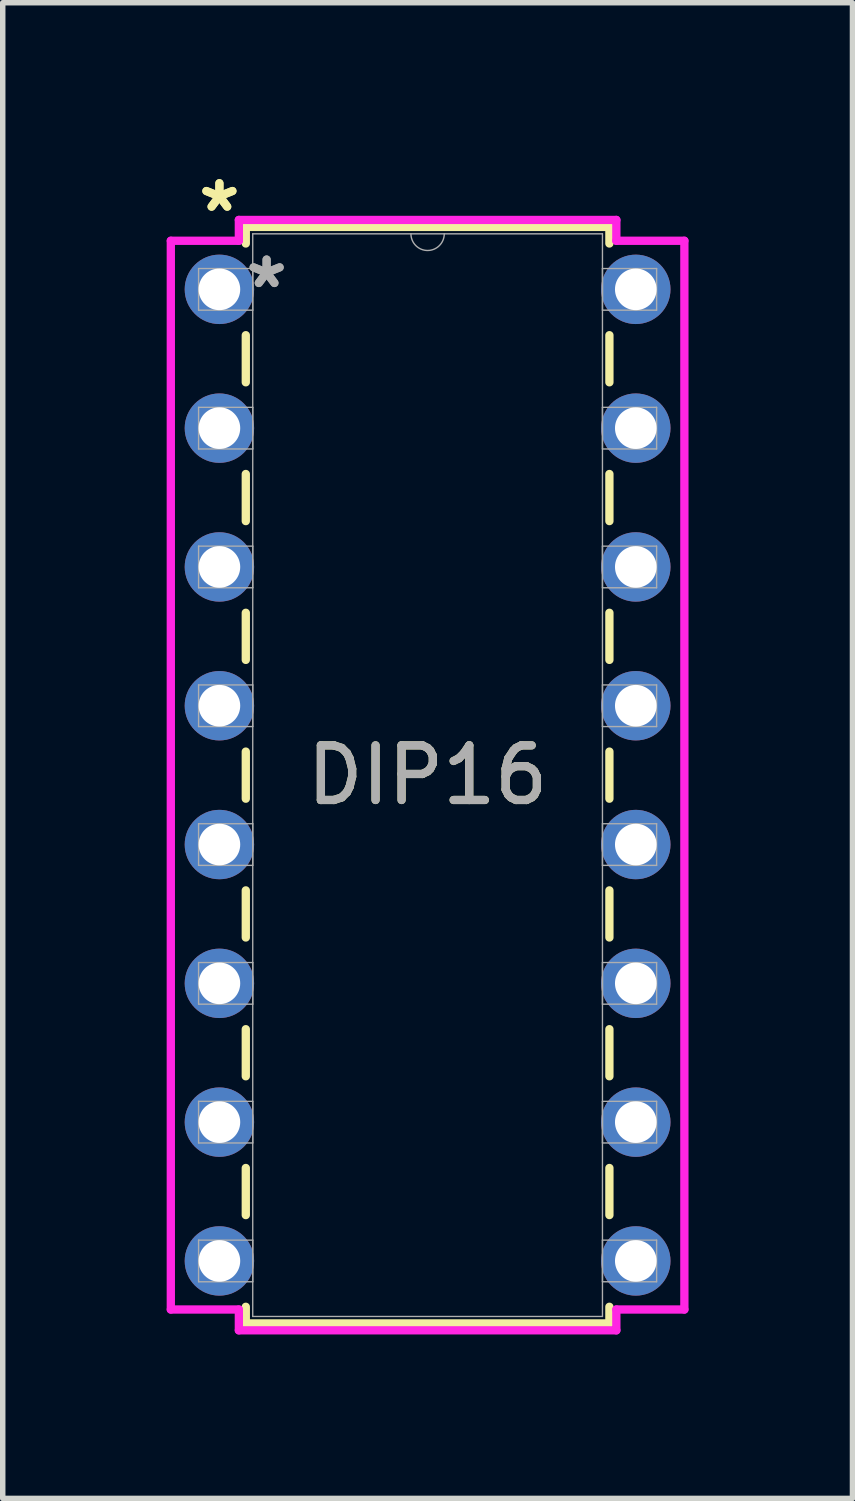
<source format=kicad_pcb>
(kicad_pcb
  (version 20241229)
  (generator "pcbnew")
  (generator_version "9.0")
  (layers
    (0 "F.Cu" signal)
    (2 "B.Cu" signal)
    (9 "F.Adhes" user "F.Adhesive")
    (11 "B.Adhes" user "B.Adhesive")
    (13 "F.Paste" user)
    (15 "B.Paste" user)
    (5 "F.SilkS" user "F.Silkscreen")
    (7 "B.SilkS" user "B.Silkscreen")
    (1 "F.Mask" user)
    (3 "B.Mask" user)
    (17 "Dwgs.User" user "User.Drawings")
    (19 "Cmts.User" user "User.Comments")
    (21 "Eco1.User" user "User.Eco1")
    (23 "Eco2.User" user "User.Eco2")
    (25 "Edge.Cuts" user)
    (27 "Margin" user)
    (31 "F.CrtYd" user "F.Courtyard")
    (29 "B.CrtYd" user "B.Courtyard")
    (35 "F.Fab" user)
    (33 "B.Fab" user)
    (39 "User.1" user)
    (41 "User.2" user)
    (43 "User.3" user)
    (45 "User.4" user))
  (footprint "DIP16"
    (layer "F.Cu")
    (at 0.965 2.245)
    (property "Reference" "DIP16" (at 3.81 8.89 0) (unlocked yes) (layer "F.SilkS") (effects (font (size 1 1) (thickness 0.15))))
    (attr through_hole)
    (fp_line (start 0.483 -1.143) (end 0.483 -0.839) (stroke (width 0.152) (type solid)) (layer "F.SilkS"))
    (fp_line (start 0.483 0.839) (end 0.483 1.701) (stroke (width 0.152) (type solid)) (layer "F.SilkS"))
    (fp_line (start 0.483 3.379) (end 0.483 4.241) (stroke (width 0.152) (type solid)) (layer "F.SilkS"))
    (fp_line (start 0.483 5.919) (end 0.483 6.781) (stroke (width 0.152) (type solid)) (layer "F.SilkS"))
    (fp_line (start 0.483 8.459) (end 0.483 9.321) (stroke (width 0.152) (type solid)) (layer "F.SilkS"))
    (fp_line (start 0.483 10.999) (end 0.483 11.861) (stroke (width 0.152) (type solid)) (layer "F.SilkS"))
    (fp_line (start 0.483 13.539) (end 0.483 14.401) (stroke (width 0.152) (type solid)) (layer "F.SilkS"))
    (fp_line (start 0.483 16.079) (end 0.483 16.941) (stroke (width 0.152) (type solid)) (layer "F.SilkS"))
    (fp_line (start 0.483 18.619) (end 0.483 18.923) (stroke (width 0.152) (type solid)) (layer "F.SilkS"))
    (fp_line (start 0.483 18.923) (end 7.137 18.923) (stroke (width 0.152) (type solid)) (layer "F.SilkS"))
    (fp_line (start 7.137 -1.143) (end 0.483 -1.143) (stroke (width 0.152) (type solid)) (layer "F.SilkS"))
    (fp_line (start 7.137 -0.839) (end 7.137 -1.143) (stroke (width 0.152) (type solid)) (layer "F.SilkS"))
    (fp_line (start 7.137 1.701) (end 7.137 0.839) (stroke (width 0.152) (type solid)) (layer "F.SilkS"))
    (fp_line (start 7.137 4.241) (end 7.137 3.379) (stroke (width 0.152) (type solid)) (layer "F.SilkS"))
    (fp_line (start 7.137 6.781) (end 7.137 5.919) (stroke (width 0.152) (type solid)) (layer "F.SilkS"))
    (fp_line (start 7.137 9.321) (end 7.137 8.459) (stroke (width 0.152) (type solid)) (layer "F.SilkS"))
    (fp_line (start 7.137 11.861) (end 7.137 10.999) (stroke (width 0.152) (type solid)) (layer "F.SilkS"))
    (fp_line (start 7.137 14.401) (end 7.137 13.539) (stroke (width 0.152) (type solid)) (layer "F.SilkS"))
    (fp_line (start 7.137 16.941) (end 7.137 16.079) (stroke (width 0.152) (type solid)) (layer "F.SilkS"))
    (fp_line (start 7.137 18.923) (end 7.137 18.619) (stroke (width 0.152) (type solid)) (layer "F.SilkS"))
    (fp_line (start -0.889 -0.889) (end 0.356 -0.889) (stroke (width 0.152) (type solid)) (layer "F.CrtYd"))
    (fp_line (start -0.889 18.669) (end -0.889 -0.889) (stroke (width 0.152) (type solid)) (layer "F.CrtYd"))
    (fp_line (start 0.356 -1.27) (end 7.264 -1.27) (stroke (width 0.152) (type solid)) (layer "F.CrtYd"))
    (fp_line (start 0.356 -0.889) (end 0.356 -1.27) (stroke (width 0.152) (type solid)) (layer "F.CrtYd"))
    (fp_line (start 0.356 18.669) (end -0.889 18.669) (stroke (width 0.152) (type solid)) (layer "F.CrtYd"))
    (fp_line (start 0.356 19.05) (end 0.356 18.669) (stroke (width 0.152) (type solid)) (layer "F.CrtYd"))
    (fp_line (start 7.264 -1.27) (end 7.264 -0.889) (stroke (width 0.152) (type solid)) (layer "F.CrtYd"))
    (fp_line (start 7.264 18.669) (end 7.264 19.05) (stroke (width 0.152) (type solid)) (layer "F.CrtYd"))
    (fp_line (start 7.264 19.05) (end 0.356 19.05) (stroke (width 0.152) (type solid)) (layer "F.CrtYd"))
    (fp_line (start 8.509 -0.889) (end 7.264 -0.889) (stroke (width 0.152) (type solid)) (layer "F.CrtYd"))
    (fp_line (start 8.509 -0.889) (end 8.509 18.669) (stroke (width 0.152) (type solid)) (layer "F.CrtYd"))
    (fp_line (start 8.509 18.669) (end 7.264 18.669) (stroke (width 0.152) (type solid)) (layer "F.CrtYd"))
    (fp_line (start -0.381 -0.381) (end -0.381 0.381) (stroke (width 0.025) (type solid)) (layer "F.Fab"))
    (fp_line (start -0.381 0.381) (end 0.61 0.381) (stroke (width 0.025) (type solid)) (layer "F.Fab"))
    (fp_line (start -0.381 2.159) (end -0.381 2.921) (stroke (width 0.025) (type solid)) (layer "F.Fab"))
    (fp_line (start -0.381 2.921) (end 0.61 2.921) (stroke (width 0.025) (type solid)) (layer "F.Fab"))
    (fp_line (start -0.381 4.699) (end -0.381 5.461) (stroke (width 0.025) (type solid)) (layer "F.Fab"))
    (fp_line (start -0.381 5.461) (end 0.61 5.461) (stroke (width 0.025) (type solid)) (layer "F.Fab"))
    (fp_line (start -0.381 7.239) (end -0.381 8.001) (stroke (width 0.025) (type solid)) (layer "F.Fab"))
    (fp_line (start -0.381 8.001) (end 0.61 8.001) (stroke (width 0.025) (type solid)) (layer "F.Fab"))
    (fp_line (start -0.381 9.779) (end -0.381 10.541) (stroke (width 0.025) (type solid)) (layer "F.Fab"))
    (fp_line (start -0.381 10.541) (end 0.61 10.541) (stroke (width 0.025) (type solid)) (layer "F.Fab"))
    (fp_line (start -0.381 12.319) (end -0.381 13.081) (stroke (width 0.025) (type solid)) (layer "F.Fab"))
    (fp_line (start -0.381 13.081) (end 0.61 13.081) (stroke (width 0.025) (type solid)) (layer "F.Fab"))
    (fp_line (start -0.381 14.859) (end -0.381 15.621) (stroke (width 0.025) (type solid)) (layer "F.Fab"))
    (fp_line (start -0.381 15.621) (end 0.61 15.621) (stroke (width 0.025) (type solid)) (layer "F.Fab"))
    (fp_line (start -0.381 17.399) (end -0.381 18.161) (stroke (width 0.025) (type solid)) (layer "F.Fab"))
    (fp_line (start -0.381 18.161) (end 0.61 18.161) (stroke (width 0.025) (type solid)) (layer "F.Fab"))
    (fp_line (start 0.61 -1.016) (end 0.61 18.796) (stroke (width 0.025) (type solid)) (layer "F.Fab"))
    (fp_line (start 0.61 -0.381) (end -0.381 -0.381) (stroke (width 0.025) (type solid)) (layer "F.Fab"))
    (fp_line (start 0.61 0.381) (end 0.61 -0.381) (stroke (width 0.025) (type solid)) (layer "F.Fab"))
    (fp_line (start 0.61 2.159) (end -0.381 2.159) (stroke (width 0.025) (type solid)) (layer "F.Fab"))
    (fp_line (start 0.61 2.921) (end 0.61 2.159) (stroke (width 0.025) (type solid)) (layer "F.Fab"))
    (fp_line (start 0.61 4.699) (end -0.381 4.699) (stroke (width 0.025) (type solid)) (layer "F.Fab"))
    (fp_line (start 0.61 5.461) (end 0.61 4.699) (stroke (width 0.025) (type solid)) (layer "F.Fab"))
    (fp_line (start 0.61 7.239) (end -0.381 7.239) (stroke (width 0.025) (type solid)) (layer "F.Fab"))
    (fp_line (start 0.61 8.001) (end 0.61 7.239) (stroke (width 0.025) (type solid)) (layer "F.Fab"))
    (fp_line (start 0.61 9.779) (end -0.381 9.779) (stroke (width 0.025) (type solid)) (layer "F.Fab"))
    (fp_line (start 0.61 10.541) (end 0.61 9.779) (stroke (width 0.025) (type solid)) (layer "F.Fab"))
    (fp_line (start 0.61 12.319) (end -0.381 12.319) (stroke (width 0.025) (type solid)) (layer "F.Fab"))
    (fp_line (start 0.61 13.081) (end 0.61 12.319) (stroke (width 0.025) (type solid)) (layer "F.Fab"))
    (fp_line (start 0.61 14.859) (end -0.381 14.859) (stroke (width 0.025) (type solid)) (layer "F.Fab"))
    (fp_line (start 0.61 15.621) (end 0.61 14.859) (stroke (width 0.025) (type solid)) (layer "F.Fab"))
    (fp_line (start 0.61 17.399) (end -0.381 17.399) (stroke (width 0.025) (type solid)) (layer "F.Fab"))
    (fp_line (start 0.61 18.161) (end 0.61 17.399) (stroke (width 0.025) (type solid)) (layer "F.Fab"))
    (fp_line (start 0.61 18.796) (end 7.01 18.796) (stroke (width 0.025) (type solid)) (layer "F.Fab"))
    (fp_line (start 7.01 -1.016) (end 0.61 -1.016) (stroke (width 0.025) (type solid)) (layer "F.Fab"))
    (fp_line (start 7.01 -0.381) (end 7.01 0.381) (stroke (width 0.025) (type solid)) (layer "F.Fab"))
    (fp_line (start 7.01 0.381) (end 8.001 0.381) (stroke (width 0.025) (type solid)) (layer "F.Fab"))
    (fp_line (start 7.01 2.159) (end 7.01 2.921) (stroke (width 0.025) (type solid)) (layer "F.Fab"))
    (fp_line (start 7.01 2.921) (end 8.001 2.921) (stroke (width 0.025) (type solid)) (layer "F.Fab"))
    (fp_line (start 7.01 4.699) (end 7.01 5.461) (stroke (width 0.025) (type solid)) (layer "F.Fab"))
    (fp_line (start 7.01 5.461) (end 8.001 5.461) (stroke (width 0.025) (type solid)) (layer "F.Fab"))
    (fp_line (start 7.01 7.239) (end 7.01 8.001) (stroke (width 0.025) (type solid)) (layer "F.Fab"))
    (fp_line (start 7.01 8.001) (end 8.001 8.001) (stroke (width 0.025) (type solid)) (layer "F.Fab"))
    (fp_line (start 7.01 9.779) (end 7.01 10.541) (stroke (width 0.025) (type solid)) (layer "F.Fab"))
    (fp_line (start 7.01 10.541) (end 8.001 10.541) (stroke (width 0.025) (type solid)) (layer "F.Fab"))
    (fp_line (start 7.01 12.319) (end 7.01 13.081) (stroke (width 0.025) (type solid)) (layer "F.Fab"))
    (fp_line (start 7.01 13.081) (end 8.001 13.081) (stroke (width 0.025) (type solid)) (layer "F.Fab"))
    (fp_line (start 7.01 14.859) (end 7.01 15.621) (stroke (width 0.025) (type solid)) (layer "F.Fab"))
    (fp_line (start 7.01 15.621) (end 8.001 15.621) (stroke (width 0.025) (type solid)) (layer "F.Fab"))
    (fp_line (start 7.01 17.399) (end 7.01 18.161) (stroke (width 0.025) (type solid)) (layer "F.Fab"))
    (fp_line (start 7.01 18.161) (end 8.001 18.161) (stroke (width 0.025) (type solid)) (layer "F.Fab"))
    (fp_line (start 7.01 18.796) (end 7.01 -1.016) (stroke (width 0.025) (type solid)) (layer "F.Fab"))
    (fp_line (start 8.001 -0.381) (end 7.01 -0.381) (stroke (width 0.025) (type solid)) (layer "F.Fab"))
    (fp_line (start 8.001 0.381) (end 8.001 -0.381) (stroke (width 0.025) (type solid)) (layer "F.Fab"))
    (fp_line (start 8.001 2.159) (end 7.01 2.159) (stroke (width 0.025) (type solid)) (layer "F.Fab"))
    (fp_line (start 8.001 2.921) (end 8.001 2.159) (stroke (width 0.025) (type solid)) (layer "F.Fab"))
    (fp_line (start 8.001 4.699) (end 7.01 4.699) (stroke (width 0.025) (type solid)) (layer "F.Fab"))
    (fp_line (start 8.001 5.461) (end 8.001 4.699) (stroke (width 0.025) (type solid)) (layer "F.Fab"))
    (fp_line (start 8.001 7.239) (end 7.01 7.239) (stroke (width 0.025) (type solid)) (layer "F.Fab"))
    (fp_line (start 8.001 8.001) (end 8.001 7.239) (stroke (width 0.025) (type solid)) (layer "F.Fab"))
    (fp_line (start 8.001 9.779) (end 7.01 9.779) (stroke (width 0.025) (type solid)) (layer "F.Fab"))
    (fp_line (start 8.001 10.541) (end 8.001 9.779) (stroke (width 0.025) (type solid)) (layer "F.Fab"))
    (fp_line (start 8.001 12.319) (end 7.01 12.319) (stroke (width 0.025) (type solid)) (layer "F.Fab"))
    (fp_line (start 8.001 13.081) (end 8.001 12.319) (stroke (width 0.025) (type solid)) (layer "F.Fab"))
    (fp_line (start 8.001 14.859) (end 7.01 14.859) (stroke (width 0.025) (type solid)) (layer "F.Fab"))
    (fp_line (start 8.001 15.621) (end 8.001 14.859) (stroke (width 0.025) (type solid)) (layer "F.Fab"))
    (fp_line (start 8.001 17.399) (end 7.01 17.399) (stroke (width 0.025) (type solid)) (layer "F.Fab"))
    (fp_line (start 8.001 18.161) (end 8.001 17.399) (stroke (width 0.025) (type solid)) (layer "F.Fab"))
    (fp_arc (start 4.1148 -1.016) (mid 3.81 -0.7112) (end 3.5052 -1.016) (stroke (width 0.0254) (type solid)) (layer "F.Fab"))
    (fp_text user "*" (at 0 -1.397 0) (unlocked yes) (layer "F.SilkS") (effects (font (size 1 1) (thickness 0.15))))
    (fp_text user "*" (at 0 -1.397 0) (layer "F.SilkS") (effects (font (size 1 1) (thickness 0.15))))
    (fp_text user "*" (at 0.864 0 0) (layer "F.Fab") (effects (font (size 1 1) (thickness 0.15))))
    (fp_text user "${REFERENCE}" (at 3.81 8.89 0) (unlocked yes) (layer "F.Fab") (effects (font (size 1 1) (thickness 0.15))))
    (fp_text user "*" (at 0.864 0 0) (unlocked yes) (layer "F.Fab") (effects (font (size 1 1) (thickness 0.15))))
    (pad "1" thru_hole circle (at 0 0) (size 1.27 1.27) (drill 0.762) (layers "*.Cu" "*.Mask"))
    (pad "2" thru_hole circle (at 0 2.54) (size 1.27 1.27) (drill 0.762) (layers "*.Cu" "*.Mask"))
    (pad "3" thru_hole circle (at 0 5.08) (size 1.27 1.27) (drill 0.762) (layers "*.Cu" "*.Mask"))
    (pad "4" thru_hole circle (at 0 7.62) (size 1.27 1.27) (drill 0.762) (layers "*.Cu" "*.Mask"))
    (pad "5" thru_hole circle (at 0 10.16) (size 1.27 1.27) (drill 0.762) (layers "*.Cu" "*.Mask"))
    (pad "6" thru_hole circle (at 0 12.7) (size 1.27 1.27) (drill 0.762) (layers "*.Cu" "*.Mask"))
    (pad "7" thru_hole circle (at 0 15.24) (size 1.27 1.27) (drill 0.762) (layers "*.Cu" "*.Mask"))
    (pad "8" thru_hole circle (at 0 17.78) (size 1.27 1.27) (drill 0.762) (layers "*.Cu" "*.Mask"))
    (pad "9" thru_hole circle (at 7.62 17.78) (size 1.27 1.27) (drill 0.762) (layers "*.Cu" "*.Mask"))
    (pad "10" thru_hole circle (at 7.62 15.24) (size 1.27 1.27) (drill 0.762) (layers "*.Cu" "*.Mask"))
    (pad "11" thru_hole circle (at 7.62 12.7) (size 1.27 1.27) (drill 0.762) (layers "*.Cu" "*.Mask"))
    (pad "12" thru_hole circle (at 7.62 10.16) (size 1.27 1.27) (drill 0.762) (layers "*.Cu" "*.Mask"))
    (pad "13" thru_hole circle (at 7.62 7.62) (size 1.27 1.27) (drill 0.762) (layers "*.Cu" "*.Mask"))
    (pad "14" thru_hole circle (at 7.62 5.08) (size 1.27 1.27) (drill 0.762) (layers "*.Cu" "*.Mask"))
    (pad "15" thru_hole circle (at 7.62 2.54) (size 1.27 1.27) (drill 0.762) (layers "*.Cu" "*.Mask"))
    (pad "16" thru_hole circle (at 7.62 0) (size 1.27 1.27) (drill 0.762) (layers "*.Cu" "*.Mask")))
  (gr_rect
    (start -3 -3)
    (end 12.55 24.371)
    (stroke (width 0.1) (type default))
    (fill no)
    (layer "Edge.Cuts")))
</source>
